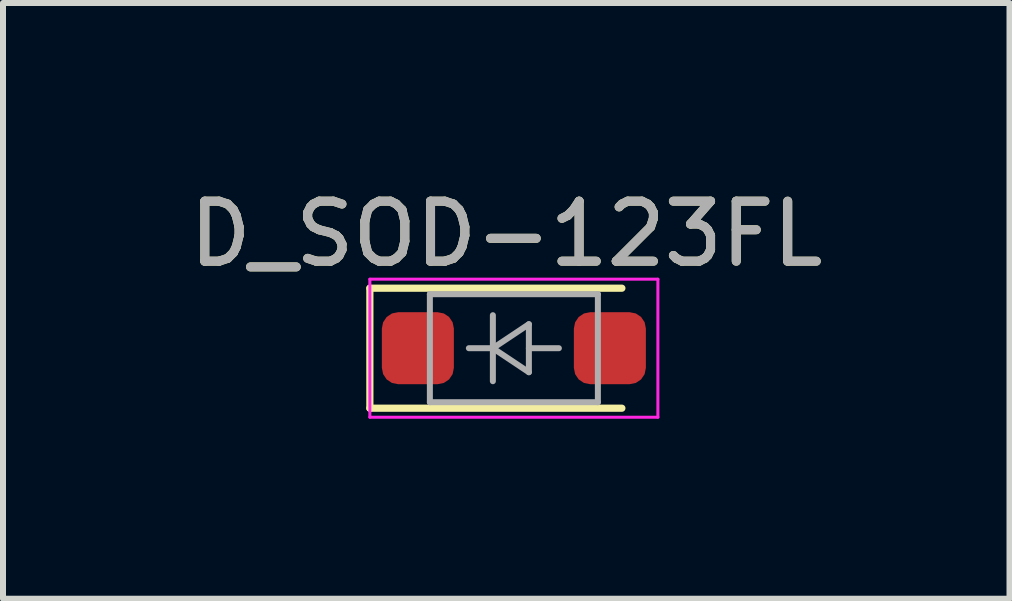
<source format=kicad_pcb>
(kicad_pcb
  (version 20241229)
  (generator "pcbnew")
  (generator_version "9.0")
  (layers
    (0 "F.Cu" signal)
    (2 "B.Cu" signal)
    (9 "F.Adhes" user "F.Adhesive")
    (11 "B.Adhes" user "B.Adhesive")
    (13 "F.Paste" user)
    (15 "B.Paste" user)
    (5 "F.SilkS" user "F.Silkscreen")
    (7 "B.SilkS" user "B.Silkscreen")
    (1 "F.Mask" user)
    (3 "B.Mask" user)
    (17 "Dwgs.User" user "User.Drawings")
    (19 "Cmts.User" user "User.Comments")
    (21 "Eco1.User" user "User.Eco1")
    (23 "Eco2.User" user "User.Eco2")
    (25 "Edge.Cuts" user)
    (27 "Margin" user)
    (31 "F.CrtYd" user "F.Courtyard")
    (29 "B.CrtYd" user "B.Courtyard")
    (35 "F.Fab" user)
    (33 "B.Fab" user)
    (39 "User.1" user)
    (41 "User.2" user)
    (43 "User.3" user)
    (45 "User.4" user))
  (footprint "D_SOD-123FL"
    (layer "F.Cu")
    (at 5.514 2.753)
    (property "Reference" "D_SOD-123FL" (at -0.127 -1.905 0) (layer "F.SilkS") (effects (font (size 1 1) (thickness 0.15))))
    (attr smd)
    (fp_line (start -2.4 -1) (end -2.4 1) (stroke (width 0.12) (type solid)) (layer "F.SilkS"))
    (fp_line (start -2.4 -1) (end 1.8 -1) (stroke (width 0.12) (type solid)) (layer "F.SilkS"))
    (fp_line (start -2.4 1) (end 1.8 1) (stroke (width 0.12) (type solid)) (layer "F.SilkS"))
    (fp_line (start -2.4 -1.15) (end -2.4 1.15) (stroke (width 0.05) (type solid)) (layer "F.CrtYd"))
    (fp_line (start -2.4 -1.15) (end 2.4 -1.15) (stroke (width 0.05) (type solid)) (layer "F.CrtYd"))
    (fp_line (start 2.4 -1.15) (end 2.4 1.15) (stroke (width 0.05) (type solid)) (layer "F.CrtYd"))
    (fp_line (start 2.4 1.15) (end -2.4 1.15) (stroke (width 0.05) (type solid)) (layer "F.CrtYd"))
    (fp_line (start -1.4 -0.9) (end 1.4 -0.9) (stroke (width 0.1) (type solid)) (layer "F.Fab"))
    (fp_line (start -1.4 0.9) (end -1.4 -0.9) (stroke (width 0.1) (type solid)) (layer "F.Fab"))
    (fp_line (start -0.75 0) (end -0.35 0) (stroke (width 0.1) (type solid)) (layer "F.Fab"))
    (fp_line (start -0.35 0) (end -0.35 -0.55) (stroke (width 0.1) (type solid)) (layer "F.Fab"))
    (fp_line (start -0.35 0) (end -0.35 0.55) (stroke (width 0.1) (type solid)) (layer "F.Fab"))
    (fp_line (start -0.35 0) (end 0.25 -0.4) (stroke (width 0.1) (type solid)) (layer "F.Fab"))
    (fp_line (start 0.25 -0.4) (end 0.25 0.4) (stroke (width 0.1) (type solid)) (layer "F.Fab"))
    (fp_line (start 0.25 0) (end 0.75 0) (stroke (width 0.1) (type solid)) (layer "F.Fab"))
    (fp_line (start 0.25 0.4) (end -0.35 0) (stroke (width 0.1) (type solid)) (layer "F.Fab"))
    (fp_line (start 1.4 -0.9) (end 1.4 0.9) (stroke (width 0.1) (type solid)) (layer "F.Fab"))
    (fp_line (start 1.4 0.9) (end -1.4 0.9) (stroke (width 0.1) (type solid)) (layer "F.Fab"))
    (fp_text user "${REFERENCE}" (at -0.127 -1.905 0) (layer "F.Fab") (effects (font (size 1 1) (thickness 0.15))))
    (pad "1" smd roundrect (at -1.6 0) (size 1.2 1.2) (layers "F.Cu" "F.Mask" "F.Paste") (roundrect_rratio 0.227))
    (pad "2" smd roundrect (at 1.6 0) (size 1.2 1.2) (layers "F.Cu" "F.Mask" "F.Paste") (roundrect_rratio 0.227)))
  (gr_rect
    (start -3 -3)
    (end 13.774 6.928)
    (stroke (width 0.1) (type default))
    (fill no)
    (layer "Edge.Cuts")))
</source>
